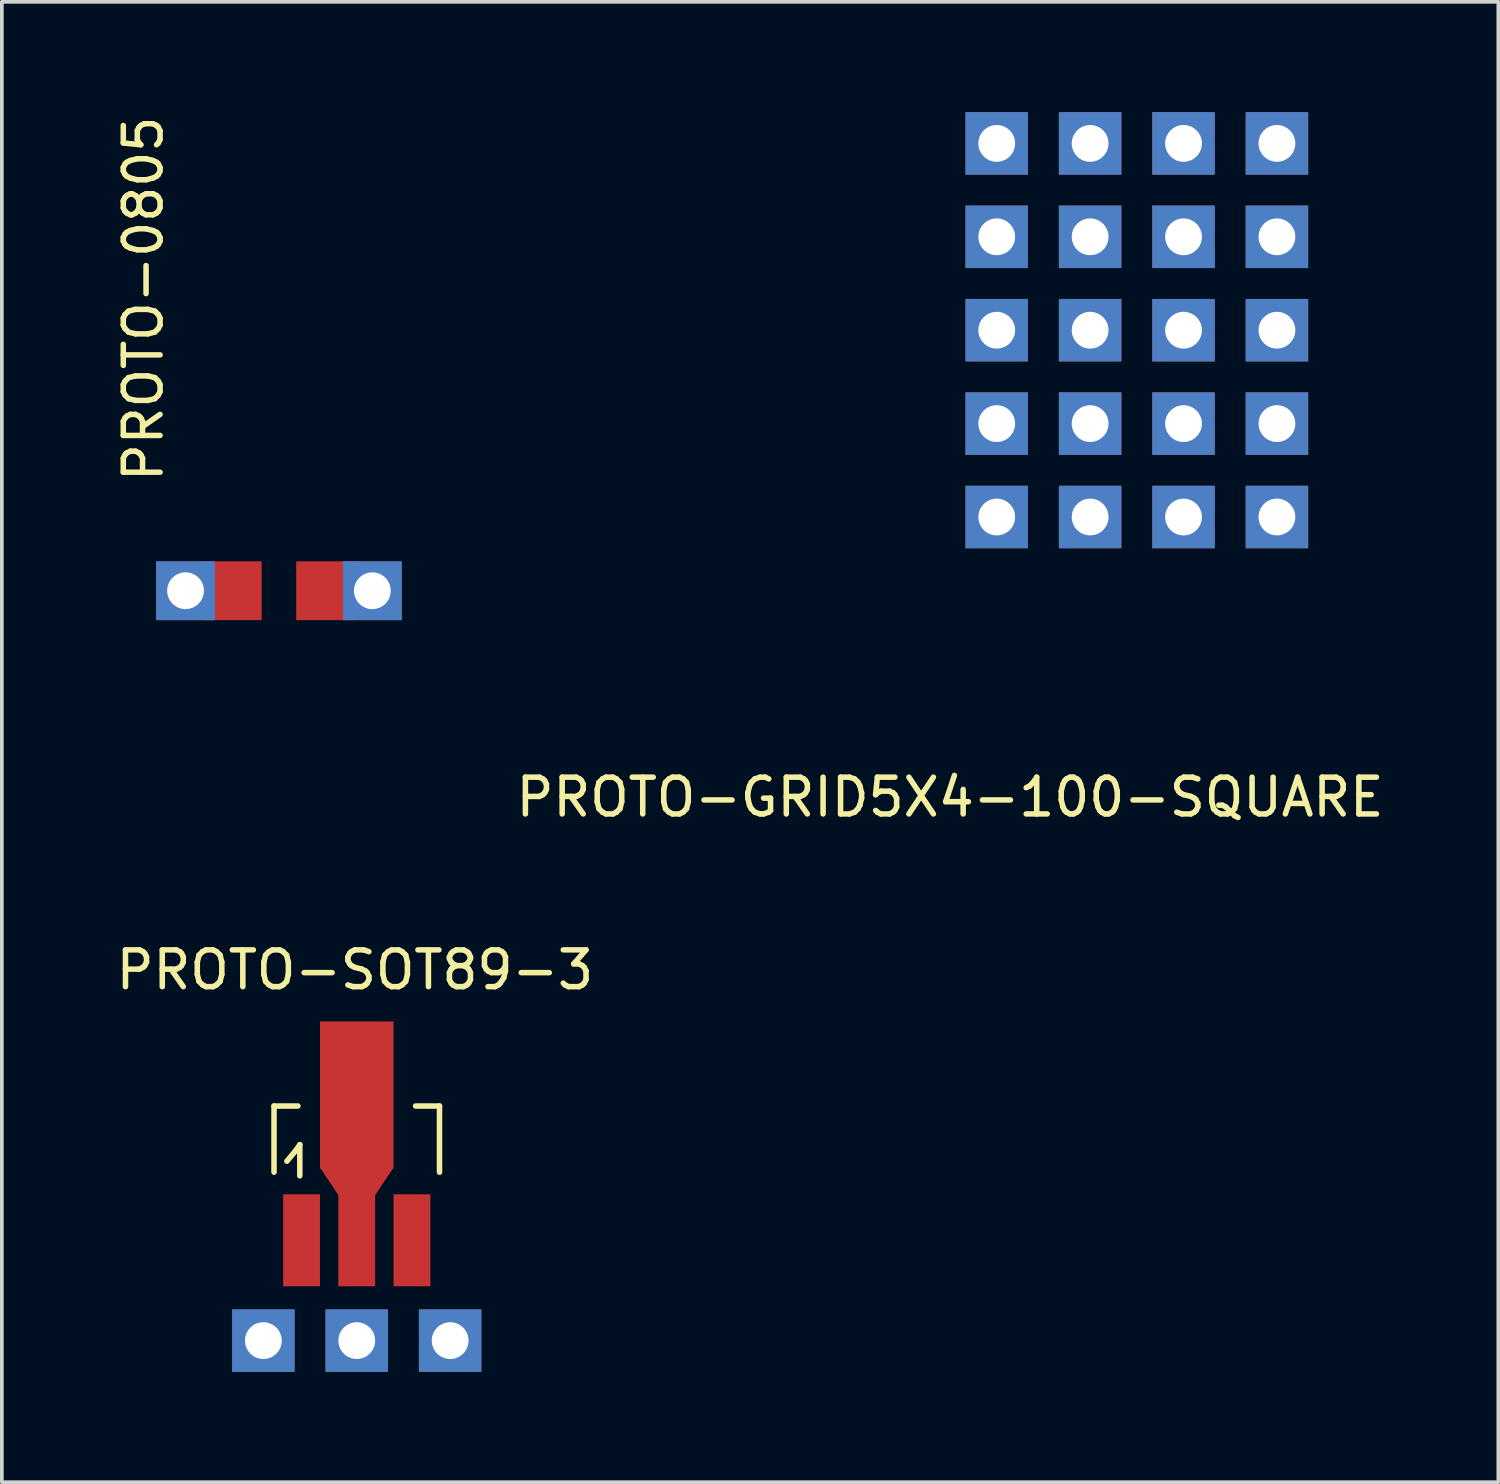
<source format=kicad_pcb>
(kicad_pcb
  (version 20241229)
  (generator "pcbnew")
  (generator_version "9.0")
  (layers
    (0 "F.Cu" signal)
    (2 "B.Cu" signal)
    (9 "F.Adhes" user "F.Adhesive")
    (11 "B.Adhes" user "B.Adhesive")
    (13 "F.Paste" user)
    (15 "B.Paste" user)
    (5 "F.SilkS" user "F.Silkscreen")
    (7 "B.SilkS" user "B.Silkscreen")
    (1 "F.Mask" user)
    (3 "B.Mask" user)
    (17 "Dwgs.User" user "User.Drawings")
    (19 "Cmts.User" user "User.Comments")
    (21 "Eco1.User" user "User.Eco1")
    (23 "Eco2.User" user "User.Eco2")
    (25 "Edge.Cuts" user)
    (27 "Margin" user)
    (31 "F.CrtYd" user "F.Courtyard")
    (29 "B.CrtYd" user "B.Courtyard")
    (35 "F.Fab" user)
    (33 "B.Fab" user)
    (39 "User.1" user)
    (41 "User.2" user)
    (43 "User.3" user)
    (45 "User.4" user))
  (footprint "PROTO-SOT89-3"
    (layer "F.Cu")
    (at 6.652 28.328)
    (property "Reference" "PROTO-SOT89-3" (at -0.051 -5.001 0) (layer "F.SilkS") (effects (font (size 1 1) (thickness 0.15))))
    (attr smd)
    (fp_line (start -2.25 -1.3) (end -2.25 0.5) (stroke (width 0.15) (type solid)) (layer "F.SilkS"))
    (fp_line (start -2.25 -1.3) (end -1.6 -1.3) (stroke (width 0.15) (type solid)) (layer "F.SilkS"))
    (fp_line (start -1.9 0.201) (end -1.651 -0.099) (stroke (width 0.15) (type solid)) (layer "F.SilkS"))
    (fp_line (start -1.651 -0.099) (end -1.549 -0.249) (stroke (width 0.15) (type solid)) (layer "F.SilkS"))
    (fp_line (start -1.549 -0.249) (end -1.549 0.599) (stroke (width 0.15) (type solid)) (layer "F.SilkS"))
    (fp_line (start 2.25 -1.3) (end 1.6 -1.3) (stroke (width 0.15) (type solid)) (layer "F.SilkS"))
    (fp_line (start 2.25 -1.3) (end 2.25 0.5) (stroke (width 0.15) (type solid)) (layer "F.SilkS"))
    (pad "1" thru_hole rect (at -2.54 5.08) (size 1.7 1.7) (drill 1) (layers "*.Cu" "*.Mask"))
    (pad "1" smd rect (at -1.501 2.352) (size 1.001 2.502) (layers "F.Cu" "F.Mask" "F.Paste"))
    (pad "2" smd rect (at 0 -1.6) (size 1.999 4) (layers "F.Cu" "F.Mask" "F.Paste"))
    (pad "2" smd trapezoid (at 0 0.749 180) (size 1.501 0.749) (rect_delta 0 0.5) (layers "F.Cu" "F.Mask" "F.Paste"))
    (pad "2" smd rect (at 0 2.352) (size 1.001 2.502) (layers "F.Cu" "F.Mask" "F.Paste"))
    (pad "2" thru_hole rect (at 0 5.08) (size 1.7 1.7) (drill 1) (layers "*.Cu" "*.Mask"))
    (pad "3" smd rect (at 1.501 2.352) (size 1.001 2.502) (layers "F.Cu" "F.Mask" "F.Paste"))
    (pad "3" thru_hole rect (at 2.54 5.08) (size 1.7 1.7) (drill 1) (layers "*.Cu" "*.Mask")))
  (footprint "PROTO-GRID5X4-100-SQUARE"
    (layer "F.Cu")
    (at 24.056 11.01)
    (property "Reference" "PROTO-GRID5X4-100-SQUARE" (at -1.27 7.62 0) (layer "F.SilkS") (effects (font (size 1 1) (thickness 0.15))))
    (attr through_hole)
    (pad "1" thru_hole rect (at 2.54 -5.08) (size 1.7 1.7) (drill 1) (layers "*.Cu" "*.Mask"))
    (pad "2" thru_hole rect (at 5.08 -5.08) (size 1.7 1.7) (drill 1) (layers "*.Cu" "*.Mask"))
    (pad "3" thru_hole rect (at 5.08 -2.54) (size 1.7 1.7) (drill 1) (layers "*.Cu" "*.Mask"))
    (pad "4" thru_hole rect (at 2.54 -2.54) (size 1.7 1.7) (drill 1) (layers "*.Cu" "*.Mask"))
    (pad "5" thru_hole rect (at 0 -2.54) (size 1.7 1.7) (drill 1) (layers "*.Cu" "*.Mask"))
    (pad "6" thru_hole rect (at 0 -5.08) (size 1.7 1.7) (drill 1) (layers "*.Cu" "*.Mask"))
    (pad "7" thru_hole rect (at 0 -7.62) (size 1.7 1.7) (drill 1) (layers "*.Cu" "*.Mask"))
    (pad "8" thru_hole rect (at 2.54 -7.62) (size 1.7 1.7) (drill 1) (layers "*.Cu" "*.Mask"))
    (pad "9" thru_hole rect (at 5.08 -7.62) (size 1.7 1.7) (drill 1) (layers "*.Cu" "*.Mask"))
    (pad "10" thru_hole rect (at 7.62 -7.62) (size 1.7 1.7) (drill 1) (layers "*.Cu" "*.Mask"))
    (pad "11" thru_hole rect (at 7.62 -5.08) (size 1.7 1.7) (drill 1) (layers "*.Cu" "*.Mask"))
    (pad "12" thru_hole rect (at 7.62 -2.54) (size 1.7 1.7) (drill 1) (layers "*.Cu" "*.Mask"))
    (pad "13" thru_hole rect (at 7.62 0) (size 1.7 1.7) (drill 1) (layers "*.Cu" "*.Mask"))
    (pad "14" thru_hole rect (at 5.08 0) (size 1.7 1.7) (drill 1) (layers "*.Cu" "*.Mask"))
    (pad "15" thru_hole rect (at 2.54 0) (size 1.7 1.7) (drill 1) (layers "*.Cu" "*.Mask"))
    (pad "16" thru_hole rect (at 0 0) (size 1.7 1.7) (drill 1) (layers "*.Cu" "*.Mask"))
    (pad "17" thru_hole rect (at 0 -10.16) (size 1.7 1.7) (drill 1) (layers "*.Cu" "*.Mask"))
    (pad "18" thru_hole rect (at 2.54 -10.16) (size 1.7 1.7) (drill 1) (layers "*.Cu" "*.Mask"))
    (pad "19" thru_hole rect (at 5.08 -10.16) (size 1.7 1.7) (drill 1) (layers "*.Cu" "*.Mask"))
    (pad "20" thru_hole rect (at 7.62 -10.16) (size 1.7 1.7) (drill 1) (layers "*.Cu" "*.Mask")))
  (footprint "PROTO-0805"
    (layer "F.Cu")
    (at 4.536 13.015)
    (property "Reference" "PROTO-0805" (at -3.688 -7.938 90) (layer "F.SilkS") (effects (font (size 1 1) (thickness 0.15))))
    (attr smd)
    (pad "1" thru_hole rect (at -2.54 0) (size 1.6 1.6) (drill 1) (layers "*.Cu" "*.Mask"))
    (pad "1" smd rect (at -1.27 0) (size 1.6 1.6) (layers "F.Cu" "F.Mask" "F.Paste"))
    (pad "2" smd rect (at 1.27 0) (size 1.6 1.6) (layers "F.Cu" "F.Mask" "F.Paste"))
    (pad "2" thru_hole rect (at 2.54 0) (size 1.6 1.6) (drill 1) (layers "*.Cu" "*.Mask")))
  (gr_rect
    (start -3 -3)
    (end 37.697 37.258)
    (stroke (width 0.1) (type default))
    (fill no)
    (layer "Edge.Cuts")))
</source>
